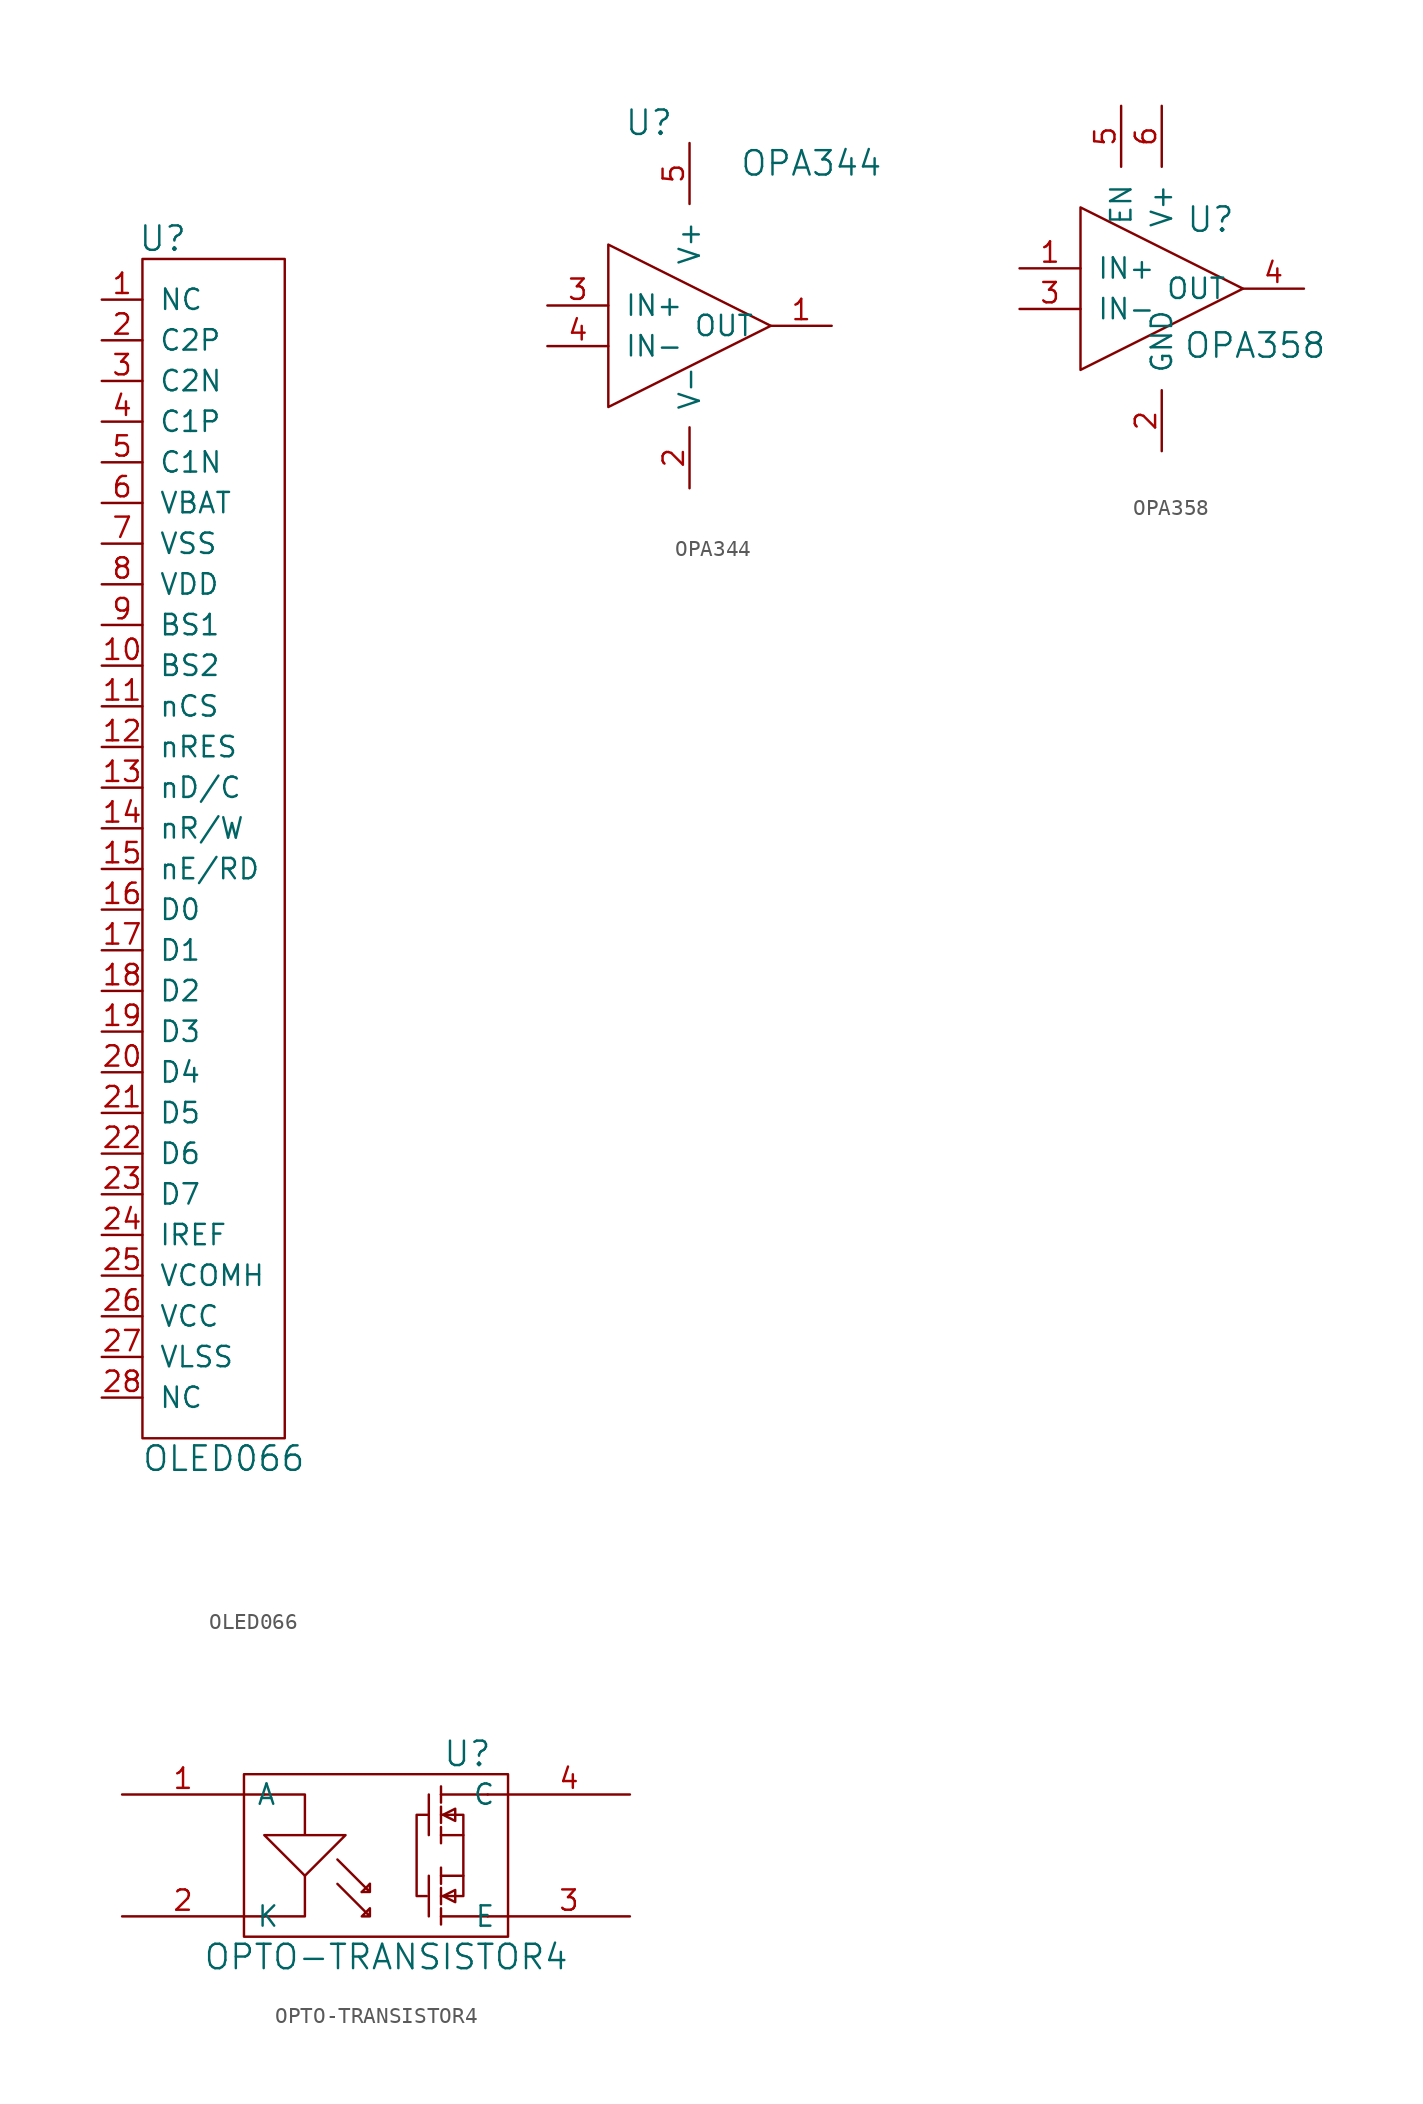
<source format=kicad_sym>
(kicad_symbol_lib
  (version 20210619)
  (generator kicad_symbol_editor)
  (symbol "tinkerforge:OLED066"
    (pin_names
      (offset 1.016))
    (property "Reference" "U"
      (at -3.81 38.1 0)
      (effects (font (size 1.524 1.524))))
    (property "Value" "OLED066"
      (at 0 -38.1 0)
      (effects (font (size 1.524 1.524))))
    (property "Footprint" ""
      (at 11.43 40.64 0)
      (effects (font (size 1.524 1.524))))
    (property "Datasheet" ""
      (at 11.43 40.64 0)
      (effects (font (size 1.524 1.524))))
    (symbol "OLED066_0_1"
      (rectangle (start -5.08 36.83) (end 3.81 -36.83) (stroke (width 0)) (fill (type none))))
    (symbol "OLED066_1_1"
      (pin passive line (at -7.62 34.29 0) (length 2.54) (name "NC" (effects (font (size 1.27 1.27)))) (number "1" (effects (font (size 1.27 1.27)))))
      (pin passive line (at -7.62 11.43 0) (length 2.54) (name "BS2" (effects (font (size 1.27 1.27)))) (number "10" (effects (font (size 1.27 1.27)))))
      (pin passive line (at -7.62 8.89 0) (length 2.54) (name "nCS" (effects (font (size 1.27 1.27)))) (number "11" (effects (font (size 1.27 1.27)))))
      (pin passive line (at -7.62 6.35 0) (length 2.54) (name "nRES" (effects (font (size 1.27 1.27)))) (number "12" (effects (font (size 1.27 1.27)))))
      (pin passive line (at -7.62 3.81 0) (length 2.54) (name "nD/C" (effects (font (size 1.27 1.27)))) (number "13" (effects (font (size 1.27 1.27)))))
      (pin passive line (at -7.62 1.27 0) (length 2.54) (name "nR/W" (effects (font (size 1.27 1.27)))) (number "14" (effects (font (size 1.27 1.27)))))
      (pin passive line (at -7.62 -1.27 0) (length 2.54) (name "nE/RD" (effects (font (size 1.27 1.27)))) (number "15" (effects (font (size 1.27 1.27)))))
      (pin passive line (at -7.62 -3.81 0) (length 2.54) (name "D0" (effects (font (size 1.27 1.27)))) (number "16" (effects (font (size 1.27 1.27)))))
      (pin passive line (at -7.62 -6.35 0) (length 2.54) (name "D1" (effects (font (size 1.27 1.27)))) (number "17" (effects (font (size 1.27 1.27)))))
      (pin passive line (at -7.62 -8.89 0) (length 2.54) (name "D2" (effects (font (size 1.27 1.27)))) (number "18" (effects (font (size 1.27 1.27)))))
      (pin passive line (at -7.62 -11.43 0) (length 2.54) (name "D3" (effects (font (size 1.27 1.27)))) (number "19" (effects (font (size 1.27 1.27)))))
      (pin passive line (at -7.62 31.75 0) (length 2.54) (name "C2P" (effects (font (size 1.27 1.27)))) (number "2" (effects (font (size 1.27 1.27)))))
      (pin passive line (at -7.62 -13.97 0) (length 2.54) (name "D4" (effects (font (size 1.27 1.27)))) (number "20" (effects (font (size 1.27 1.27)))))
      (pin passive line (at -7.62 -16.51 0) (length 2.54) (name "D5" (effects (font (size 1.27 1.27)))) (number "21" (effects (font (size 1.27 1.27)))))
      (pin passive line (at -7.62 -19.05 0) (length 2.54) (name "D6" (effects (font (size 1.27 1.27)))) (number "22" (effects (font (size 1.27 1.27)))))
      (pin passive line (at -7.62 -21.59 0) (length 2.54) (name "D7" (effects (font (size 1.27 1.27)))) (number "23" (effects (font (size 1.27 1.27)))))
      (pin passive line (at -7.62 -24.13 0) (length 2.54) (name "IREF" (effects (font (size 1.27 1.27)))) (number "24" (effects (font (size 1.27 1.27)))))
      (pin passive line (at -7.62 -26.67 0) (length 2.54) (name "VCOMH" (effects (font (size 1.27 1.27)))) (number "25" (effects (font (size 1.27 1.27)))))
      (pin passive line (at -7.62 -29.21 0) (length 2.54) (name "VCC" (effects (font (size 1.27 1.27)))) (number "26" (effects (font (size 1.27 1.27)))))
      (pin passive line (at -7.62 -31.75 0) (length 2.54) (name "VLSS" (effects (font (size 1.27 1.27)))) (number "27" (effects (font (size 1.27 1.27)))))
      (pin passive line (at -7.62 -34.29 0) (length 2.54) (name "NC" (effects (font (size 1.27 1.27)))) (number "28" (effects (font (size 1.27 1.27)))))
      (pin passive line (at -7.62 29.21 0) (length 2.54) (name "C2N" (effects (font (size 1.27 1.27)))) (number "3" (effects (font (size 1.27 1.27)))))
      (pin passive line (at -7.62 26.67 0) (length 2.54) (name "C1P" (effects (font (size 1.27 1.27)))) (number "4" (effects (font (size 1.27 1.27)))))
      (pin passive line (at -7.62 24.13 0) (length 2.54) (name "C1N" (effects (font (size 1.27 1.27)))) (number "5" (effects (font (size 1.27 1.27)))))
      (pin passive line (at -7.62 21.59 0) (length 2.54) (name "VBAT" (effects (font (size 1.27 1.27)))) (number "6" (effects (font (size 1.27 1.27)))))
      (pin passive line (at -7.62 19.05 0) (length 2.54) (name "VSS" (effects (font (size 1.27 1.27)))) (number "7" (effects (font (size 1.27 1.27)))))
      (pin passive line (at -7.62 16.51 0) (length 2.54) (name "VDD" (effects (font (size 1.27 1.27)))) (number "8" (effects (font (size 1.27 1.27)))))
      (pin passive line (at -7.62 13.97 0) (length 2.54) (name "BS1" (effects (font (size 1.27 1.27)))) (number "9" (effects (font (size 1.27 1.27)))))))
  (symbol "tinkerforge:OPA344"
    (pin_names
      (offset 1.016))
    (property "Reference" "U"
      (at -2.54 12.7 0)
      (effects (font (size 1.524 1.524))))
    (property "Value" "OPA344"
      (at 7.62 10.16 0)
      (effects (font (size 1.524 1.524))))
    (property "Footprint" ""
      (at 0 0 0)
      (effects (font (size 1.524 1.524))))
    (property "Datasheet" ""
      (at 0 0 0)
      (effects (font (size 1.524 1.524))))
    (symbol "OPA344_0_1"
      (polyline (pts (xy -5.08 5.08) (xy -5.08 -5.08) (xy 5.08 0) (xy -5.08 5.08)) (stroke (width 0)) (fill (type none))))
    (symbol "OPA344_1_1"
      (pin passive line (at 8.89 0 180) (length 3.81) (name "OUT" (effects (font (size 1.27 1.27)))) (number "1" (effects (font (size 1.27 1.27)))))
      (pin passive line (at 0 -10.16 90) (length 3.81) (name "V-" (effects (font (size 1.27 1.27)))) (number "2" (effects (font (size 1.27 1.27)))))
      (pin passive line (at -8.89 1.27 0) (length 3.81) (name "IN+" (effects (font (size 1.27 1.27)))) (number "3" (effects (font (size 1.27 1.27)))))
      (pin passive line (at -8.89 -1.27 0) (length 3.81) (name "IN-" (effects (font (size 1.27 1.27)))) (number "4" (effects (font (size 1.27 1.27)))))
      (pin passive line (at 0 11.43 270) (length 3.81) (name "V+" (effects (font (size 1.27 1.27)))) (number "5" (effects (font (size 1.27 1.27)))))))
  (symbol "tinkerforge:OPA358"
    (pin_names
      (offset 1.016))
    (property "Reference" "U"
      (at 3.048 4.318 0)
      (effects (font (size 1.524 1.524))))
    (property "Value" "OPA358"
      (at 5.842 -3.556 0)
      (effects (font (size 1.524 1.524))))
    (property "Footprint" ""
      (at 0 0 0)
      (effects (font (size 1.524 1.524))))
    (property "Datasheet" ""
      (at 0 0 0)
      (effects (font (size 1.524 1.524))))
    (symbol "OPA358_0_1"
      (polyline (pts (xy -5.08 5.08) (xy -5.08 -5.08) (xy 5.08 0) (xy -5.08 5.08)) (stroke (width 0)) (fill (type none))))
    (symbol "OPA358_1_1"
      (pin passive line (at -8.89 1.27 0) (length 3.81) (name "IN+" (effects (font (size 1.27 1.27)))) (number "1" (effects (font (size 1.27 1.27)))))
      (pin passive line (at 0 -10.16 90) (length 3.81) (name "GND" (effects (font (size 1.27 1.27)))) (number "2" (effects (font (size 1.27 1.27)))))
      (pin passive line (at -8.89 -1.27 0) (length 3.81) (name "IN-" (effects (font (size 1.27 1.27)))) (number "3" (effects (font (size 1.27 1.27)))))
      (pin passive line (at 8.89 0 180) (length 3.81) (name "OUT" (effects (font (size 1.27 1.27)))) (number "4" (effects (font (size 1.27 1.27)))))
      (pin passive line (at -2.54 11.43 270) (length 3.81) (name "EN" (effects (font (size 1.27 1.27)))) (number "5" (effects (font (size 1.27 1.27)))))
      (pin passive line (at 0 11.43 270) (length 3.81) (name "V+" (effects (font (size 1.27 1.27)))) (number "6" (effects (font (size 1.27 1.27)))))))
  (symbol "tinkerforge:OPTO-TRANSISTOR4"
    (pin_names
      (offset 0.762))
    (property "Reference" "U"
      (at 5.08 6.35 0)
      (effects (font (size 1.524 1.524))))
    (property "Value" "OPTO-TRANSISTOR4"
      (at 0 -6.35 0)
      (effects (font (size 1.524 1.524))))
    (property "Footprint" ""
      (at 0 0 0)
      (effects (font (size 1.524 1.524))))
    (property "Datasheet" ""
      (at 0 0 0)
      (effects (font (size 1.524 1.524))))
    (symbol "OPTO-TRANSISTOR4_0_1"
      (rectangle (start -8.89 5.08) (end 7.62 -5.08) (stroke (width 0)) (fill (type none)))
      (polyline (pts (xy 2.667 -1.27) (xy 2.667 -3.81)) (stroke (width 0)) (fill (type none)))
      (polyline (pts (xy 2.667 3.81) (xy 2.667 1.27)) (stroke (width 0)) (fill (type none)))
      (polyline (pts (xy 3.429 -3.302) (xy 3.429 -4.318)) (stroke (width 0)) (fill (type none)))
      (polyline (pts (xy 3.429 -3.048) (xy 3.429 -2.032)) (stroke (width 0)) (fill (type none)))
      (polyline (pts (xy 3.429 -1.778) (xy 3.429 -0.762)) (stroke (width 0)) (fill (type none)))
      (polyline (pts (xy 3.429 1.778) (xy 3.429 0.762)) (stroke (width 0)) (fill (type none)))
      (polyline (pts (xy 3.429 3.048) (xy 3.429 2.032)) (stroke (width 0)) (fill (type none)))
      (polyline (pts (xy 3.429 3.81) (xy 3.429 3.302)) (stroke (width 0)) (fill (type none)))
      (polyline (pts (xy 3.429 3.81) (xy 3.429 4.318)) (stroke (width 0)) (fill (type none)))
      (polyline (pts (xy 4.826 1.27) (xy 4.826 -1.27)) (stroke (width 0)) (fill (type none)))
      (polyline (pts (xy 6.35 -3.81) (xy 3.429 -3.81)) (stroke (width 0)) (fill (type none)))
      (polyline (pts (xy 6.35 3.81) (xy 3.429 3.81)) (stroke (width 0)) (fill (type none)))
      (polyline (pts (xy -8.89 -3.81) (xy -7.62 -3.81) (xy -7.62 -3.81)) (stroke (width 0)) (fill (type none)))
      (polyline (pts (xy -8.89 3.81) (xy -7.62 3.81) (xy -7.62 3.81)) (stroke (width 0)) (fill (type none)))
      (polyline (pts (xy -1.524 -2.286) (xy -1.016 -1.778) (xy -1.016 -1.778)) (stroke (width 0)) (fill (type none)))
      (polyline (pts (xy 7.62 -3.81) (xy 6.35 -3.81) (xy 6.35 -3.81)) (stroke (width 0)) (fill (type none)))
      (polyline (pts (xy 7.62 3.81) (xy 6.35 3.81) (xy 6.35 3.81)) (stroke (width 0)) (fill (type none)))
      (polyline (pts (xy -5.08 -1.27) (xy -5.08 -3.81) (xy -7.62 -3.81) (xy -7.62 -3.81)) (stroke (width 0)) (fill (type none)))
      (polyline (pts (xy 2.54 -2.54) (xy 1.905 -2.54) (xy 1.905 2.54) (xy 2.667 2.54)) (stroke (width 0)) (fill (type none)))
      (polyline (pts (xy 3.429 -1.27) (xy 4.826 -1.27) (xy 4.826 -2.54) (xy 3.429 -2.54)) (stroke (width 0)) (fill (type none)))
      (polyline (pts (xy 3.429 1.27) (xy 4.826 1.27) (xy 4.826 2.54) (xy 3.429 2.54)) (stroke (width 0)) (fill (type none)))
      (polyline (pts (xy 3.556 -2.54) (xy 4.318 -2.159) (xy 4.318 -2.921) (xy 3.556 -2.54)) (stroke (width 0)) (fill (type none)))
      (polyline (pts (xy 3.556 2.54) (xy 4.318 2.921) (xy 4.318 2.159) (xy 3.556 2.54)) (stroke (width 0)) (fill (type none)))
      (polyline (pts (xy -3.048 -0.254) (xy -1.016 -2.286) (xy -1.016 -1.778) (xy -1.016 -2.286) (xy -1.524 -2.286) (xy -1.524 -2.286)) (stroke (width 0)) (fill (type none)))
      (polyline (pts (xy -3.048 -1.778) (xy -1.016 -3.81) (xy -1.016 -3.302) (xy -1.016 -3.81) (xy -1.524 -3.81) (xy -1.016 -3.302) (xy -1.016 -3.302)) (stroke (width 0)) (fill (type none)))
      (polyline (pts (xy -7.62 3.81) (xy -5.08 3.81) (xy -5.08 1.27) (xy -7.62 1.27) (xy -5.08 -1.27) (xy -2.54 1.27) (xy -5.08 1.27) (xy -5.08 1.27)) (stroke (width 0)) (fill (type none))))
    (symbol "OPTO-TRANSISTOR4_1_1"
      (pin input line (at -16.51 3.81 0) (length 7.62) (name "A" (effects (font (size 1.27 1.27)))) (number "1" (effects (font (size 1.27 1.27)))))
      (pin input line (at -16.51 -3.81 0) (length 7.62) (name "K" (effects (font (size 1.27 1.27)))) (number "2" (effects (font (size 1.27 1.27)))))
      (pin output line (at 15.24 -3.81 180) (length 7.62) (name "E" (effects (font (size 1.27 1.27)))) (number "3" (effects (font (size 1.27 1.27)))))
      (pin output line (at 15.24 3.81 180) (length 7.62) (name "C" (effects (font (size 1.27 1.27)))) (number "4" (effects (font (size 1.27 1.27))))))))
</source>
